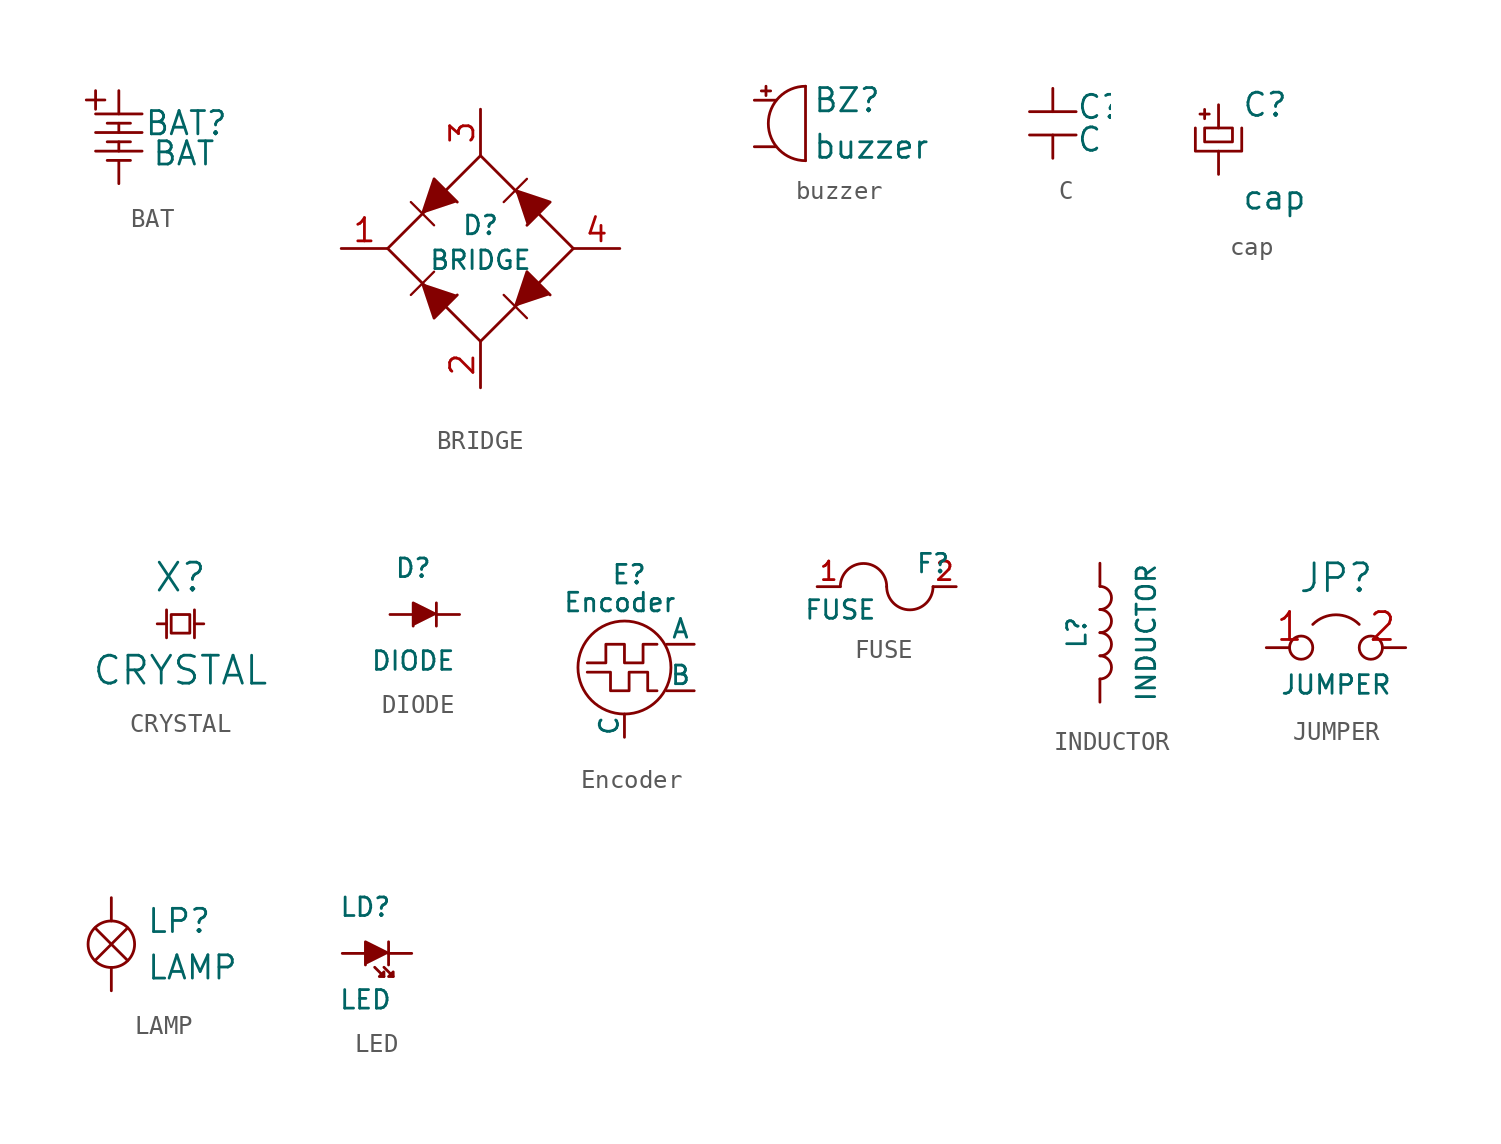
<source format=kicad_sym>
(kicad_symbol_lib
  (version 20220914)
  (generator kicad_symbol_editor)
  (symbol "BAT"
    (pin_numbers hide)
    (pin_names
      (offset 0))
    (property "Reference" "BAT"
      (at 3.683 0.762 0)
      (effects (font (size 1.27 1.27))))
    (property "Value" "BAT"
      (at 3.556 -0.889 0)
      (effects (font (size 1.27 1.27))))
    (property "Footprint" ""
      (at 0 0 0)
      (effects (font (size 1.524 1.524))))
    (property "Datasheet" ""
      (at 0 0 0)
      (effects (font (size 1.524 1.524))))
    (symbol "BAT_0_1"
      (polyline (pts (xy -1.778 2.032) (xy -0.762 2.032)) (stroke (width 0) (type solid)) (fill (type none)))
      (polyline (pts (xy -1.27 -0.762) (xy 1.27 -0.762)) (stroke (width 0) (type solid)) (fill (type none)))
      (polyline (pts (xy -1.27 0.254) (xy 1.27 0.254)) (stroke (width 0) (type solid)) (fill (type none)))
      (polyline (pts (xy -1.27 1.27) (xy 1.27 1.27)) (stroke (width 0) (type solid)) (fill (type none)))
      (polyline (pts (xy -1.27 1.524) (xy -1.27 2.54)) (stroke (width 0) (type solid)) (fill (type none)))
      (polyline (pts (xy -0.635 -1.27) (xy 0.635 -1.27)) (stroke (width 0) (type solid)) (fill (type none)))
      (polyline (pts (xy -0.635 -0.254) (xy 0.635 -0.254)) (stroke (width 0) (type solid)) (fill (type none)))
      (polyline (pts (xy -0.635 0.762) (xy 0.635 0.762)) (stroke (width 0) (type solid)) (fill (type none)))
      (polyline (pts (xy 0 -0.762) (xy 0 -0.254)) (stroke (width 0) (type solid)) (fill (type none)))
      (polyline (pts (xy 0 0.254) (xy 0 0.762)) (stroke (width 0) (type solid)) (fill (type none))))
    (symbol "BAT_1_1"
      (pin passive line (at 0 2.54 270) (length 1.27) (name "~" (effects (font (size 1.524 1.524)))) (number "1" (effects (font (size 1.524 1.524)))))
      (pin passive line (at 0 -2.54 90) (length 1.27) (name "~" (effects (font (size 1.524 1.524)))) (number "2" (effects (font (size 1.524 1.524)))))))
  (symbol "BRIDGE"
    (pin_names
      (offset 1.016) hide)
    (property "Reference" "D"
      (at 0 1.27 0)
      (effects (font (size 1.016 1.016))))
    (property "Value" "BRIDGE"
      (at 0 -0.635 0)
      (effects (font (size 1.016 1.016))))
    (property "Footprint" ""
      (at 0 0 0)
      (effects (font (size 1.524 1.524))))
    (property "Datasheet" ""
      (at 0 0 0)
      (effects (font (size 1.524 1.524))))
    (symbol "BRIDGE_0_1"
      (polyline (pts (xy -2.54 -1.27) (xy -3.81 -2.54) (xy -3.81 -2.54)) (stroke (width 0.127) (type solid)) (fill (type none)))
      (polyline (pts (xy -2.54 1.27) (xy -3.81 2.54) (xy -3.81 2.54)) (stroke (width 0.127) (type solid)) (fill (type none)))
      (polyline (pts (xy 1.27 2.54) (xy 2.54 3.81) (xy 2.54 3.81)) (stroke (width 0.127) (type solid)) (fill (type none)))
      (polyline (pts (xy 2.54 -3.81) (xy 1.27 -2.54) (xy 1.27 -2.54)) (stroke (width 0.127) (type solid)) (fill (type none)))
      (polyline (pts (xy -1.27 -2.54) (xy -2.54 -3.81) (xy -3.175 -1.905) (xy -3.175 -1.905)) (stroke (width 0) (type solid)) (fill (type outline)))
      (polyline (pts (xy -1.27 2.54) (xy -2.54 3.81) (xy -3.175 1.905) (xy -3.175 1.905)) (stroke (width 0) (type solid)) (fill (type outline)))
      (polyline (pts (xy 1.905 -3.175) (xy 2.54 -1.27) (xy 3.81 -2.54) (xy 3.81 -2.54)) (stroke (width 0) (type solid)) (fill (type outline)))
      (polyline (pts (xy 2.54 1.27) (xy 3.81 2.54) (xy 1.905 3.175) (xy 1.905 3.175)) (stroke (width 0) (type solid)) (fill (type outline)))
      (polyline (pts (xy 0 5.08) (xy -5.08 0) (xy 0 -5.08) (xy 5.08 0) (xy 0 5.08) (xy 0 5.08)) (stroke (width 0) (type solid)) (fill (type none))))
    (symbol "BRIDGE_1_1"
      (pin input line (at -7.62 0 0) (length 2.54) (name "V+" (effects (font (size 1.27 1.27)))) (number "1" (effects (font (size 1.27 1.27)))))
      (pin input line (at 0 -7.62 90) (length 2.54) (name "~{1}" (effects (font (size 1.27 1.27)))) (number "2" (effects (font (size 1.27 1.27)))))
      (pin input line (at 0 7.62 270) (length 2.54) (name "~{2}" (effects (font (size 1.27 1.27)))) (number "3" (effects (font (size 1.27 1.27)))))
      (pin input line (at 7.62 0 180) (length 2.54) (name "V-" (effects (font (size 1.27 1.27)))) (number "4" (effects (font (size 1.27 1.27)))))))
  (symbol "buzzer"
    (pin_numbers hide)
    (pin_names
      (offset 0.254) hide)
    (property "Reference" "BZ"
      (at 1.905 1.27 0)
      (effects (font (size 1.27 1.27)) (justify left)))
    (property "Value" "buzzer"
      (at 1.905 -1.27 0)
      (effects (font (size 1.27 1.27)) (justify left)))
    (property "Footprint" ""
      (at 0 0 0)
      (effects (font (size 1.524 1.524))))
    (property "Datasheet" ""
      (at 0 0 0)
      (effects (font (size 1.524 1.524))))
    (symbol "buzzer_0_1"
      (polyline (pts (xy 1.524 2.032) (xy 1.524 -2.032)) (stroke (width 0) (type solid)) (fill (type none)))
      (polyline (pts (xy -0.635 2.032) (xy -0.635 1.524) (xy -0.635 1.524)) (stroke (width 0) (type solid)) (fill (type none)))
      (polyline (pts (xy -0.381 1.778) (xy -0.889 1.778) (xy -0.889 1.778)) (stroke (width 0) (type solid)) (fill (type none)))
      (arc (start 1.524 2.032) (mid -0.4992 0) (end 1.524 -2.032) (stroke (width 0) (type solid)) (fill (type none))))
    (symbol "buzzer_1_1"
      (pin passive line (at -1.27 1.27 0) (length 1.194) (name "~" (effects (font (size 1.016 1.016)))) (number "1" (effects (font (size 1.016 1.016)))))
      (pin passive line (at -1.27 -1.27 0) (length 1.194) (name "~" (effects (font (size 1.016 1.016)))) (number "2" (effects (font (size 1.016 1.016)))))))
  (symbol "C"
    (pin_numbers hide)
    (pin_names
      (offset 0.254))
    (property "Reference" "C"
      (at 1.27 0.254 0)
      (effects (font (size 1.27 1.27)) (justify left)))
    (property "Value" "C"
      (at 1.27 -1.524 0)
      (effects (font (size 1.27 1.27)) (justify left)))
    (property "Footprint" ""
      (at 0 0 0)
      (effects (font (size 1.524 1.524))))
    (property "Datasheet" ""
      (at 0 0 0)
      (effects (font (size 1.524 1.524))))
    (symbol "C_0_1"
      (polyline (pts (xy -1.27 0) (xy 1.27 0) (xy 1.27 0)) (stroke (width 0) (type solid)) (fill (type none)))
      (polyline (pts (xy 1.27 -1.27) (xy -1.27 -1.27) (xy -1.27 -1.27)) (stroke (width 0) (type solid)) (fill (type none))))
    (symbol "C_1_1"
      (pin passive line (at 0 1.27 270) (length 1.27) (name "~" (effects (font (size 1.016 1.016)))) (number "1" (effects (font (size 1.016 1.016)))))
      (pin passive line (at 0 -2.54 90) (length 1.27) (name "~" (effects (font (size 1.016 1.016)))) (number "2" (effects (font (size 1.016 1.016)))))))
  (symbol "cap"
    (pin_numbers hide)
    (pin_names
      (offset 0.254) hide)
    (property "Reference" "C"
      (at 1.27 2.54 0)
      (effects (font (size 1.27 1.27)) (justify left)))
    (property "Value" "cap"
      (at 1.27 -2.54 0)
      (effects (font (size 1.27 1.27)) (justify left)))
    (property "Footprint" ""
      (at 0 0 0)
      (effects (font (size 1.524 1.524))))
    (property "Datasheet" ""
      (at 0 0 0)
      (effects (font (size 1.524 1.524))))
    (symbol "cap_0_1"
      (rectangle (start -0.762 1.27) (end 0.762 0.508) (stroke (width 0) (type solid)) (fill (type none)))
      (polyline (pts (xy -0.762 2.286) (xy -0.762 1.778) (xy -0.762 1.778)) (stroke (width 0) (type solid)) (fill (type none)))
      (polyline (pts (xy -0.508 2.032) (xy -1.016 2.032) (xy -1.016 2.032)) (stroke (width 0) (type solid)) (fill (type none)))
      (polyline (pts (xy -1.27 1.27) (xy -1.27 0) (xy 1.27 0) (xy 1.27 1.27) (xy 1.27 1.27)) (stroke (width 0) (type solid)) (fill (type none))))
    (symbol "cap_1_1"
      (pin passive line (at 0 2.54 270) (length 1.27) (name "~" (effects (font (size 1.016 1.016)))) (number "1" (effects (font (size 1.016 1.016)))))
      (pin passive line (at 0 -1.27 90) (length 1.27) (name "~" (effects (font (size 1.016 1.016)))) (number "2" (effects (font (size 1.016 1.016)))))))
  (symbol "CRYSTAL"
    (pin_numbers hide)
    (pin_names
      (offset 1.016) hide)
    (property "Reference" "X"
      (at 0 2.54 0)
      (effects (font (size 1.524 1.524))))
    (property "Value" "CRYSTAL"
      (at 0 -2.54 0)
      (effects (font (size 1.524 1.524))))
    (property "Footprint" ""
      (at 0 0 0)
      (effects (font (size 1.524 1.524))))
    (property "Datasheet" ""
      (at 0 0 0)
      (effects (font (size 1.524 1.524))))
    (symbol "CRYSTAL_0_1"
      (rectangle (start -0.508 0.508) (end 0.508 -0.508) (stroke (width 0) (type solid)) (fill (type none)))
      (polyline (pts (xy -0.762 0.762) (xy -0.762 -0.762) (xy -0.762 -0.762)) (stroke (width 0) (type solid)) (fill (type none)))
      (polyline (pts (xy 0.762 0.762) (xy 0.762 -0.762) (xy 0.762 -0.762)) (stroke (width 0) (type solid)) (fill (type none))))
    (symbol "CRYSTAL_1_1"
      (pin passive line (at -1.27 0 0) (length 0.508) (name "1" (effects (font (size 1.016 1.016)))) (number "1" (effects (font (size 1.016 1.016)))))
      (pin passive line (at 1.27 0 180) (length 0.508) (name "2" (effects (font (size 1.016 1.016)))) (number "2" (effects (font (size 1.016 1.016)))))))
  (symbol "DIODE"
    (pin_numbers hide)
    (pin_names
      (offset 1.016) hide)
    (property "Reference" "D"
      (at 0 2.54 0)
      (effects (font (size 1.016 1.016))))
    (property "Value" "DIODE"
      (at 0 -2.54 0)
      (effects (font (size 1.016 1.016))))
    (property "Footprint" ""
      (at 0 0 0)
      (effects (font (size 1.524 1.524))))
    (property "Datasheet" ""
      (at 0 0 0)
      (effects (font (size 1.524 1.524))))
    (symbol "DIODE_0_1"
      (polyline (pts (xy 1.27 -0.635) (xy 1.27 0.635) (xy 1.27 0.635)) (stroke (width 0) (type solid)) (fill (type none)))
      (polyline (pts (xy 1.27 0) (xy 0 0.635) (xy 0 -0.635) (xy 0 -0.635)) (stroke (width 0) (type solid)) (fill (type outline))))
    (symbol "DIODE_1_1"
      (pin passive line (at -1.27 0 0) (length 1.27) (name "A" (effects (font (size 1.016 1.016)))) (number "1" (effects (font (size 1.016 1.016)))))
      (pin passive line (at 2.54 0 180) (length 1.27) (name "K" (effects (font (size 1.016 1.016)))) (number "2" (effects (font (size 1.016 1.016)))))))
  (symbol "Encoder"
    (pin_numbers hide)
    (pin_names
      (offset 0))
    (property "Reference" "E"
      (at 0.254 5.08 0)
      (effects (font (size 1.016 1.016))))
    (property "Value" "Encoder"
      (at -0.254 3.556 0)
      (effects (font (size 1.016 1.016))))
    (property "Footprint" ""
      (at 0 0 0)
      (effects (font (size 1.524 1.524))))
    (property "Datasheet" ""
      (at 0 0 0)
      (effects (font (size 1.524 1.524))))
    (symbol "Encoder_0_1"
      (polyline (pts (xy -2.032 -0.254) (xy -0.762 -0.254) (xy -0.762 -1.27) (xy 0.254 -1.27) (xy 0.254 -0.254) (xy 1.27 -0.254) (xy 1.27 -1.27) (xy 1.778 -1.27)) (stroke (width 0) (type solid)) (fill (type none)))
      (polyline (pts (xy -2.032 0.254) (xy -1.016 0.254) (xy -1.016 1.27) (xy 0 1.27) (xy 0 0.254) (xy 1.016 0.254) (xy 1.016 1.27) (xy 1.778 1.27)) (stroke (width 0) (type solid)) (fill (type none)))
      (circle (center 0 0) (radius 2.54) (stroke (width 0) (type solid)) (fill (type none))))
    (symbol "Encoder_1_1"
      (pin passive line (at 3.81 1.27 180) (length 1.499) (name "A" (effects (font (size 1.016 1.016)))) (number "1" (effects (font (size 1.016 1.016)))))
      (pin input line (at 0 -3.81 90) (length 1.27) (name "C" (effects (font (size 0.991 0.991)))) (number "2" (effects (font (size 0.991 0.991)))))
      (pin passive line (at 3.81 -1.27 180) (length 1.499) (name "B" (effects (font (size 1.016 1.016)))) (number "3" (effects (font (size 1.016 1.016)))))))
  (symbol "FUSE"
    (pin_names
      (offset 0.254))
    (property "Reference" "F"
      (at 2.54 1.27 0)
      (effects (font (size 1.016 1.016))))
    (property "Value" "FUSE"
      (at -2.54 -1.27 0)
      (effects (font (size 1.016 1.016))))
    (property "Footprint" ""
      (at 0 0 0)
      (effects (font (size 1.524 1.524))))
    (property "Datasheet" ""
      (at 0 0 0)
      (effects (font (size 1.524 1.524))))
    (symbol "FUSE_0_1"
      (arc (start 0 0) (mid -1.27 1.2645) (end -2.54 0) (stroke (width 0) (type solid)) (fill (type none)))
      (arc (start 0 0) (mid 1.27 -1.2645) (end 2.54 0) (stroke (width 0) (type solid)) (fill (type none))))
    (symbol "FUSE_1_1"
      (pin input line (at -3.81 0 0) (length 1.27) (name "~" (effects (font (size 1.016 1.016)))) (number "1" (effects (font (size 1.016 1.016)))))
      (pin input line (at 3.81 0 180) (length 1.27) (name "~" (effects (font (size 1.016 1.016)))) (number "2" (effects (font (size 1.016 1.016)))))))
  (symbol "INDUCTOR"
    (pin_numbers hide)
    (pin_names
      (offset 1.016) hide)
    (property "Reference" "L"
      (at -1.27 0 90)
      (effects (font (size 1.016 1.016))))
    (property "Value" "INDUCTOR"
      (at 2.54 0 90)
      (effects (font (size 1.016 1.016))))
    (property "Footprint" ""
      (at 0 0 0)
      (effects (font (size 1.524 1.524))))
    (property "Datasheet" ""
      (at 0 0 0)
      (effects (font (size 1.524 1.524))))
    (symbol "INDUCTOR_0_1"
      (arc (start 0 -2.54) (mid 0.6323 -1.905) (end 0 -1.27) (stroke (width 0) (type solid)) (fill (type none)))
      (arc (start 0 -1.27) (mid 0.6323 -0.635) (end 0 0) (stroke (width 0) (type solid)) (fill (type none)))
      (arc (start 0 0) (mid 0.6323 0.635) (end 0 1.27) (stroke (width 0) (type solid)) (fill (type none)))
      (arc (start 0 1.27) (mid 0.6323 1.905) (end 0 2.54) (stroke (width 0) (type solid)) (fill (type none))))
    (symbol "INDUCTOR_1_1"
      (pin passive line (at 0 3.81 270) (length 1.27) (name "1" (effects (font (size 1.778 1.778)))) (number "1" (effects (font (size 1.778 1.778)))))
      (pin passive line (at 0 -3.81 90) (length 1.27) (name "2" (effects (font (size 1.778 1.778)))) (number "2" (effects (font (size 1.778 1.778)))))))
  (symbol "JUMPER"
    (pin_names
      (offset 0.762) hide)
    (property "Reference" "JP"
      (at 0 3.81 0)
      (effects (font (size 1.524 1.524))))
    (property "Value" "JUMPER"
      (at 0 -2.032 0)
      (effects (font (size 1.016 1.016))))
    (property "Footprint" ""
      (at 0 0 0)
      (effects (font (size 1.524 1.524))))
    (property "Datasheet" ""
      (at 0 0 0)
      (effects (font (size 1.524 1.524))))
    (symbol "JUMPER_0_1"
      (arc (start 1.27 1.27) (mid 0 1.7961) (end -1.27 1.27) (stroke (width 0) (type solid)) (fill (type none)))
      (pin passive inverted (at -3.81 0 0) (length 2.54) (name "1" (effects (font (size 1.524 1.524)))) (number "1" (effects (font (size 1.524 1.524)))))
      (pin passive inverted (at 3.81 0 180) (length 2.54) (name "2" (effects (font (size 1.524 1.524)))) (number "2" (effects (font (size 1.524 1.524)))))))
  (symbol "LAMP"
    (pin_numbers hide)
    (pin_names
      (offset 0.254) hide)
    (property "Reference" "LP"
      (at 1.905 1.27 0)
      (effects (font (size 1.27 1.27)) (justify left)))
    (property "Value" "LAMP"
      (at 1.905 -1.27 0)
      (effects (font (size 1.27 1.27)) (justify left)))
    (property "Footprint" ""
      (at 0 0 0)
      (effects (font (size 1.524 1.524))))
    (property "Datasheet" ""
      (at 0 0 0)
      (effects (font (size 1.524 1.524))))
    (symbol "LAMP_0_1"
      (polyline (pts (xy -0.889 0.889) (xy 0.889 -0.889)) (stroke (width 0) (type solid)) (fill (type none)))
      (polyline (pts (xy 0.889 0.889) (xy -0.889 -0.889)) (stroke (width 0) (type solid)) (fill (type none)))
      (circle (center 0 0) (radius 1.27) (stroke (width 0) (type solid)) (fill (type none))))
    (symbol "LAMP_1_1"
      (pin passive line (at 0 2.54 270) (length 1.27) (name "~" (effects (font (size 1.016 1.016)))) (number "1" (effects (font (size 1.016 1.016)))))
      (pin passive line (at 0 -2.54 90) (length 1.27) (name "~" (effects (font (size 1.016 1.016)))) (number "2" (effects (font (size 1.016 1.016)))))))
  (symbol "LED"
    (pin_numbers hide)
    (pin_names
      (offset 1.016) hide)
    (property "Reference" "LD"
      (at 0 2.54 0)
      (effects (font (size 1.016 1.016))))
    (property "Value" "LED"
      (at 0 -2.54 0)
      (effects (font (size 1.016 1.016))))
    (property "Footprint" ""
      (at 0 0 0)
      (effects (font (size 1.524 1.524))))
    (property "Datasheet" ""
      (at 0 0 0)
      (effects (font (size 1.524 1.524))))
    (symbol "LED_0_1"
      (polyline (pts (xy 0.508 -0.762) (xy 1.016 -1.27) (xy 1.016 -1.27)) (stroke (width 0) (type solid)) (fill (type none)))
      (polyline (pts (xy 1.016 -0.762) (xy 1.524 -1.27) (xy 1.524 -1.27)) (stroke (width 0) (type solid)) (fill (type none)))
      (polyline (pts (xy 1.27 -0.635) (xy 1.27 0.635) (xy 1.27 0.635)) (stroke (width 0) (type solid)) (fill (type none)))
      (polyline (pts (xy 1.27 0) (xy 0 0.635) (xy 0 -0.635) (xy 0 -0.635)) (stroke (width 0) (type solid)) (fill (type outline)))
      (polyline (pts (xy 1.524 -1.27) (xy 1.27 -1.27) (xy 1.524 -1.016) (xy 1.524 -1.27) (xy 1.524 -1.27)) (stroke (width 0) (type solid)) (fill (type outline)))
      (polyline (pts (xy 1.016 -1.27) (xy 0.762 -1.27) (xy 1.016 -1.016) (xy 1.016 -1.27) (xy 1.016 -1.27) (xy 1.016 -1.27)) (stroke (width 0) (type solid)) (fill (type outline))))
    (symbol "LED_1_1"
      (pin passive line (at -1.27 0 0) (length 1.27) (name "A" (effects (font (size 1.016 1.016)))) (number "1" (effects (font (size 1.016 1.016)))))
      (pin passive line (at 2.54 0 180) (length 1.27) (name "K" (effects (font (size 1.016 1.016)))) (number "2" (effects (font (size 1.016 1.016))))))))
</source>
